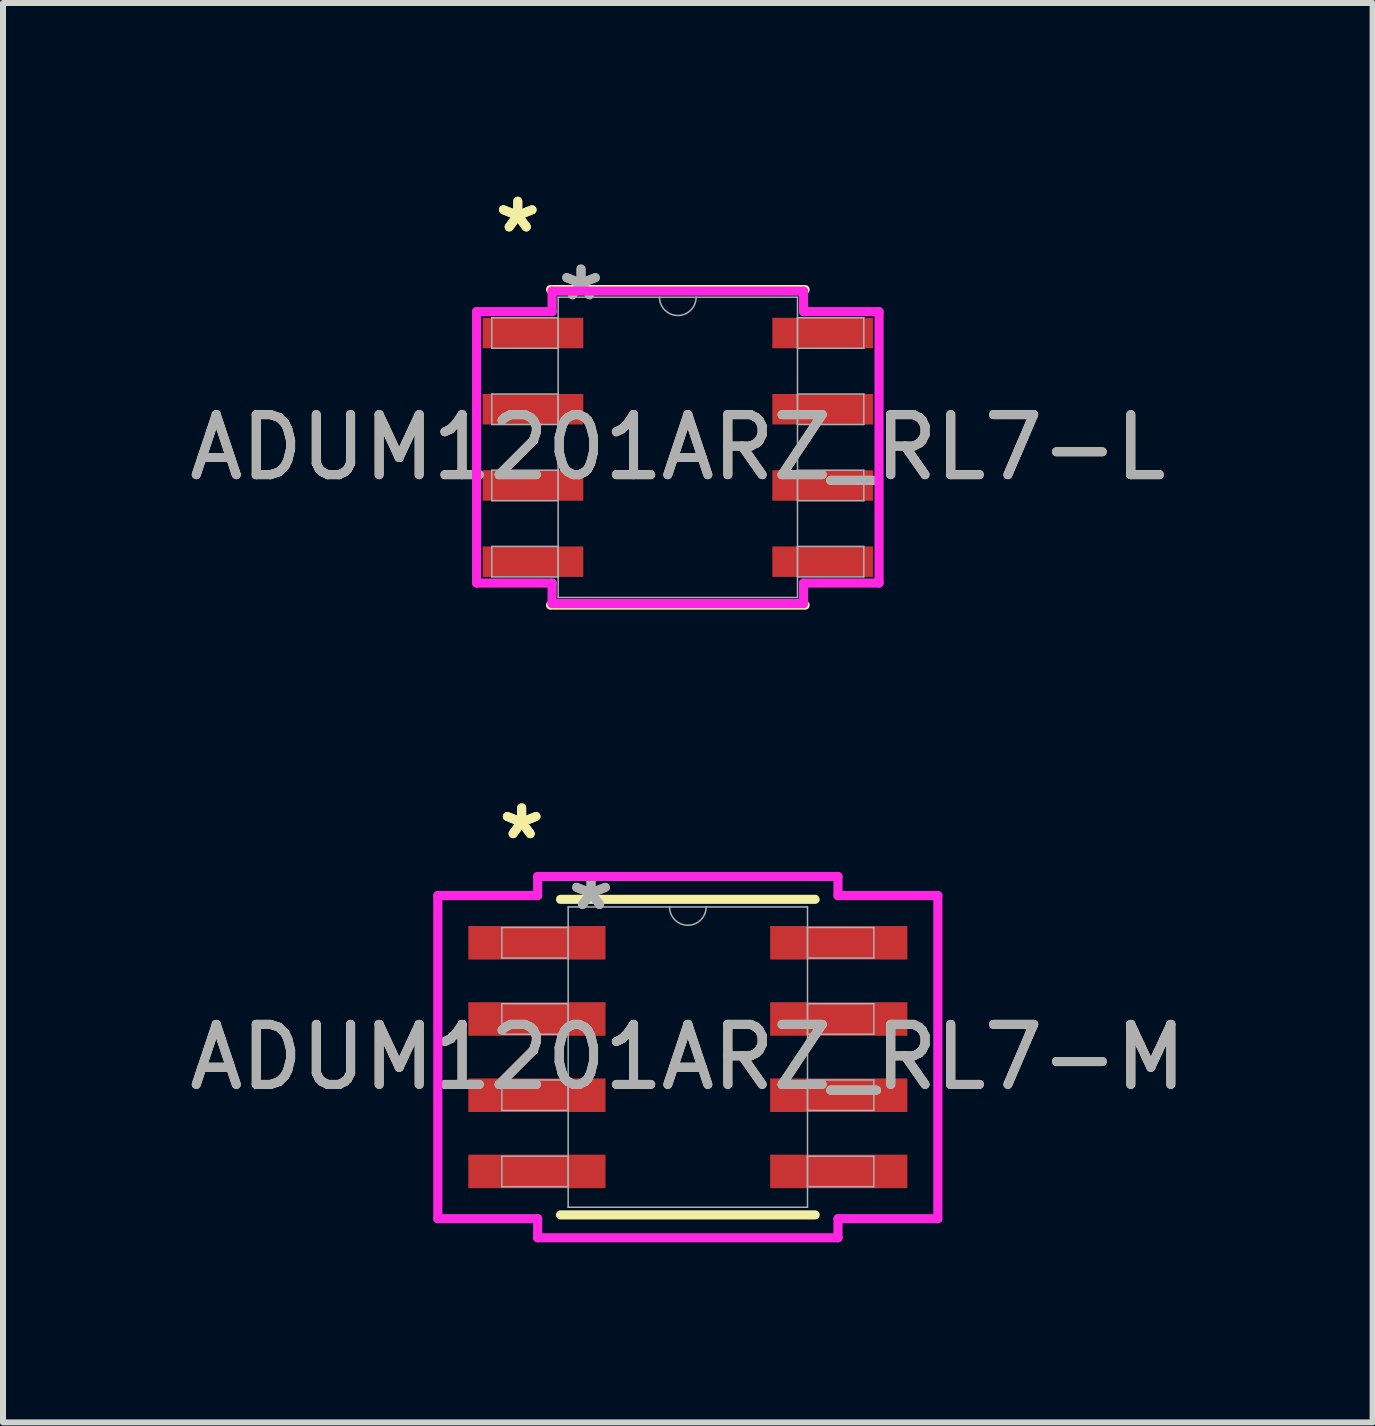
<source format=kicad_pcb>
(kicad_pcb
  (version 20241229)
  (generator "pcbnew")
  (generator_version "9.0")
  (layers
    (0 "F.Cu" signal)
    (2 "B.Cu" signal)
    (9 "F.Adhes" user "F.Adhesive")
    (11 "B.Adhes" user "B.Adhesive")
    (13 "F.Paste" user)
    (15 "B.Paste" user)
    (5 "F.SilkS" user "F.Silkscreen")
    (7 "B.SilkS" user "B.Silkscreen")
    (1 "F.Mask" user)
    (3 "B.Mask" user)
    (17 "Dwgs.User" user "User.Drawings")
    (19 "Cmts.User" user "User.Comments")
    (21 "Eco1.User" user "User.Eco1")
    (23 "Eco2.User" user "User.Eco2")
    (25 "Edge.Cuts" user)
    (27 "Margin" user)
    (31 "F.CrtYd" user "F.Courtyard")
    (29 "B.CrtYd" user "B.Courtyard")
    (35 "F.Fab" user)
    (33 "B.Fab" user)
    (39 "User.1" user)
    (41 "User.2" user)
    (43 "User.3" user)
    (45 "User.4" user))
  (footprint "ADUM1201ARZ_RL7-L"
    (layer "F.Cu")
    (at 8.244 4.404)
    (property "Reference" "ADUM1201ARZ_RL7-L" (at 0 0 0) (unlocked yes) (layer "F.SilkS") (effects (font (size 1 1) (thickness 0.15))))
    (attr smd)
    (fp_line (start -2.121 2.629) (end 2.121 2.629) (stroke (width 0.152) (type solid)) (layer "F.SilkS"))
    (fp_line (start 2.121 -2.629) (end -2.121 -2.629) (stroke (width 0.152) (type solid)) (layer "F.SilkS"))
    (fp_line (start -3.353 -2.261) (end -2.095 -2.261) (stroke (width 0.152) (type solid)) (layer "F.CrtYd"))
    (fp_line (start -3.353 2.261) (end -3.353 -2.261) (stroke (width 0.152) (type solid)) (layer "F.CrtYd"))
    (fp_line (start -3.353 2.261) (end -2.095 2.261) (stroke (width 0.152) (type solid)) (layer "F.CrtYd"))
    (fp_line (start -2.095 -2.603) (end 2.095 -2.603) (stroke (width 0.152) (type solid)) (layer "F.CrtYd"))
    (fp_line (start -2.095 -2.261) (end -2.095 -2.603) (stroke (width 0.152) (type solid)) (layer "F.CrtYd"))
    (fp_line (start -2.095 2.603) (end -2.095 2.261) (stroke (width 0.152) (type solid)) (layer "F.CrtYd"))
    (fp_line (start 2.095 -2.603) (end 2.095 -2.261) (stroke (width 0.152) (type solid)) (layer "F.CrtYd"))
    (fp_line (start 2.095 2.261) (end 2.095 2.603) (stroke (width 0.152) (type solid)) (layer "F.CrtYd"))
    (fp_line (start 2.095 2.603) (end -2.095 2.603) (stroke (width 0.152) (type solid)) (layer "F.CrtYd"))
    (fp_line (start 3.353 -2.261) (end 2.095 -2.261) (stroke (width 0.152) (type solid)) (layer "F.CrtYd"))
    (fp_line (start 3.353 -2.261) (end 3.353 2.261) (stroke (width 0.152) (type solid)) (layer "F.CrtYd"))
    (fp_line (start 3.353 2.261) (end 2.095 2.261) (stroke (width 0.152) (type solid)) (layer "F.CrtYd"))
    (fp_line (start -3.099 -2.159) (end -3.099 -1.651) (stroke (width 0.025) (type solid)) (layer "F.Fab"))
    (fp_line (start -3.099 -1.651) (end -1.994 -1.651) (stroke (width 0.025) (type solid)) (layer "F.Fab"))
    (fp_line (start -3.099 -0.889) (end -3.099 -0.381) (stroke (width 0.025) (type solid)) (layer "F.Fab"))
    (fp_line (start -3.099 -0.381) (end -1.994 -0.381) (stroke (width 0.025) (type solid)) (layer "F.Fab"))
    (fp_line (start -3.099 0.381) (end -3.099 0.889) (stroke (width 0.025) (type solid)) (layer "F.Fab"))
    (fp_line (start -3.099 0.889) (end -1.994 0.889) (stroke (width 0.025) (type solid)) (layer "F.Fab"))
    (fp_line (start -3.099 1.651) (end -3.099 2.159) (stroke (width 0.025) (type solid)) (layer "F.Fab"))
    (fp_line (start -3.099 2.159) (end -1.994 2.159) (stroke (width 0.025) (type solid)) (layer "F.Fab"))
    (fp_line (start -1.994 -2.502) (end -1.994 2.502) (stroke (width 0.025) (type solid)) (layer "F.Fab"))
    (fp_line (start -1.994 -2.159) (end -3.099 -2.159) (stroke (width 0.025) (type solid)) (layer "F.Fab"))
    (fp_line (start -1.994 -1.651) (end -1.994 -2.159) (stroke (width 0.025) (type solid)) (layer "F.Fab"))
    (fp_line (start -1.994 -0.889) (end -3.099 -0.889) (stroke (width 0.025) (type solid)) (layer "F.Fab"))
    (fp_line (start -1.994 -0.381) (end -1.994 -0.889) (stroke (width 0.025) (type solid)) (layer "F.Fab"))
    (fp_line (start -1.994 0.381) (end -3.099 0.381) (stroke (width 0.025) (type solid)) (layer "F.Fab"))
    (fp_line (start -1.994 0.889) (end -1.994 0.381) (stroke (width 0.025) (type solid)) (layer "F.Fab"))
    (fp_line (start -1.994 1.651) (end -3.099 1.651) (stroke (width 0.025) (type solid)) (layer "F.Fab"))
    (fp_line (start -1.994 2.159) (end -1.994 1.651) (stroke (width 0.025) (type solid)) (layer "F.Fab"))
    (fp_line (start -1.994 2.502) (end 1.994 2.502) (stroke (width 0.025) (type solid)) (layer "F.Fab"))
    (fp_line (start 1.994 -2.502) (end -1.994 -2.502) (stroke (width 0.025) (type solid)) (layer "F.Fab"))
    (fp_line (start 1.994 -2.159) (end 1.994 -1.651) (stroke (width 0.025) (type solid)) (layer "F.Fab"))
    (fp_line (start 1.994 -1.651) (end 3.099 -1.651) (stroke (width 0.025) (type solid)) (layer "F.Fab"))
    (fp_line (start 1.994 -0.889) (end 1.994 -0.381) (stroke (width 0.025) (type solid)) (layer "F.Fab"))
    (fp_line (start 1.994 -0.381) (end 3.099 -0.381) (stroke (width 0.025) (type solid)) (layer "F.Fab"))
    (fp_line (start 1.994 0.381) (end 1.994 0.889) (stroke (width 0.025) (type solid)) (layer "F.Fab"))
    (fp_line (start 1.994 0.889) (end 3.099 0.889) (stroke (width 0.025) (type solid)) (layer "F.Fab"))
    (fp_line (start 1.994 1.651) (end 1.994 2.159) (stroke (width 0.025) (type solid)) (layer "F.Fab"))
    (fp_line (start 1.994 2.159) (end 3.099 2.159) (stroke (width 0.025) (type solid)) (layer "F.Fab"))
    (fp_line (start 1.994 2.502) (end 1.994 -2.502) (stroke (width 0.025) (type solid)) (layer "F.Fab"))
    (fp_line (start 3.099 -2.159) (end 1.994 -2.159) (stroke (width 0.025) (type solid)) (layer "F.Fab"))
    (fp_line (start 3.099 -1.651) (end 3.099 -2.159) (stroke (width 0.025) (type solid)) (layer "F.Fab"))
    (fp_line (start 3.099 -0.889) (end 1.994 -0.889) (stroke (width 0.025) (type solid)) (layer "F.Fab"))
    (fp_line (start 3.099 -0.381) (end 3.099 -0.889) (stroke (width 0.025) (type solid)) (layer "F.Fab"))
    (fp_line (start 3.099 0.381) (end 1.994 0.381) (stroke (width 0.025) (type solid)) (layer "F.Fab"))
    (fp_line (start 3.099 0.889) (end 3.099 0.381) (stroke (width 0.025) (type solid)) (layer "F.Fab"))
    (fp_line (start 3.099 1.651) (end 1.994 1.651) (stroke (width 0.025) (type solid)) (layer "F.Fab"))
    (fp_line (start 3.099 2.159) (end 3.099 1.651) (stroke (width 0.025) (type solid)) (layer "F.Fab"))
    (fp_arc (start 0.3048 -2.5019) (mid 0 -2.1971) (end -0.3048 -2.5019) (stroke (width 0.0254) (type solid)) (layer "F.Fab"))
    (fp_text user "*" (at -2.667 -3.556 0) (layer "F.SilkS") (effects (font (size 1 1) (thickness 0.15))))
    (fp_text user "*" (at -2.667 -3.556 0) (unlocked yes) (layer "F.SilkS") (effects (font (size 1 1) (thickness 0.15))))
    (fp_text user "${REFERENCE}" (at 0 0 0) (unlocked yes) (layer "F.Fab") (effects (font (size 1 1) (thickness 0.15))))
    (fp_text user "*" (at -1.613 -2.426 0) (layer "F.Fab") (effects (font (size 1 1) (thickness 0.15))))
    (fp_text user "*" (at -1.613 -2.426 0) (unlocked yes) (layer "F.Fab") (effects (font (size 1 1) (thickness 0.15))))
    (pad "1" smd rect (at -2.413 -1.905) (size 1.676 0.508) (layers "F.Cu" "F.Mask" "F.Paste"))
    (pad "2" smd rect (at -2.413 -0.635) (size 1.676 0.508) (layers "F.Cu" "F.Mask" "F.Paste"))
    (pad "3" smd rect (at -2.413 0.635) (size 1.676 0.508) (layers "F.Cu" "F.Mask" "F.Paste"))
    (pad "4" smd rect (at -2.413 1.905) (size 1.676 0.508) (layers "F.Cu" "F.Mask" "F.Paste"))
    (pad "5" smd rect (at 2.413 1.905) (size 1.676 0.508) (layers "F.Cu" "F.Mask" "F.Paste"))
    (pad "6" smd rect (at 2.413 0.635) (size 1.676 0.508) (layers "F.Cu" "F.Mask" "F.Paste"))
    (pad "7" smd rect (at 2.413 -0.635) (size 1.676 0.508) (layers "F.Cu" "F.Mask" "F.Paste"))
    (pad "8" smd rect (at 2.413 -1.905) (size 1.676 0.508) (layers "F.Cu" "F.Mask" "F.Paste")))
  (footprint "ADUM1201ARZ_RL7-M"
    (layer "F.Cu")
    (at 8.411 14.564)
    (property "Reference" "ADUM1201ARZ_RL7-M" (at 0 0 0) (unlocked yes) (layer "F.SilkS") (effects (font (size 1 1) (thickness 0.15))))
    (attr smd)
    (fp_line (start -2.121 2.629) (end 2.121 2.629) (stroke (width 0.152) (type solid)) (layer "F.SilkS"))
    (fp_line (start 2.121 -2.629) (end -2.121 -2.629) (stroke (width 0.152) (type solid)) (layer "F.SilkS"))
    (fp_line (start -4.166 -2.692) (end -2.502 -2.692) (stroke (width 0.152) (type solid)) (layer "F.CrtYd"))
    (fp_line (start -4.166 2.692) (end -4.166 -2.692) (stroke (width 0.152) (type solid)) (layer "F.CrtYd"))
    (fp_line (start -4.166 2.692) (end -2.502 2.692) (stroke (width 0.152) (type solid)) (layer "F.CrtYd"))
    (fp_line (start -2.502 -3.01) (end 2.502 -3.01) (stroke (width 0.152) (type solid)) (layer "F.CrtYd"))
    (fp_line (start -2.502 -2.692) (end -2.502 -3.01) (stroke (width 0.152) (type solid)) (layer "F.CrtYd"))
    (fp_line (start -2.502 3.01) (end -2.502 2.692) (stroke (width 0.152) (type solid)) (layer "F.CrtYd"))
    (fp_line (start 2.502 -3.01) (end 2.502 -2.692) (stroke (width 0.152) (type solid)) (layer "F.CrtYd"))
    (fp_line (start 2.502 2.692) (end 2.502 3.01) (stroke (width 0.152) (type solid)) (layer "F.CrtYd"))
    (fp_line (start 2.502 3.01) (end -2.502 3.01) (stroke (width 0.152) (type solid)) (layer "F.CrtYd"))
    (fp_line (start 4.166 -2.692) (end 2.502 -2.692) (stroke (width 0.152) (type solid)) (layer "F.CrtYd"))
    (fp_line (start 4.166 -2.692) (end 4.166 2.692) (stroke (width 0.152) (type solid)) (layer "F.CrtYd"))
    (fp_line (start 4.166 2.692) (end 2.502 2.692) (stroke (width 0.152) (type solid)) (layer "F.CrtYd"))
    (fp_line (start -3.099 -2.159) (end -3.099 -1.651) (stroke (width 0.025) (type solid)) (layer "F.Fab"))
    (fp_line (start -3.099 -1.651) (end -1.994 -1.651) (stroke (width 0.025) (type solid)) (layer "F.Fab"))
    (fp_line (start -3.099 -0.889) (end -3.099 -0.381) (stroke (width 0.025) (type solid)) (layer "F.Fab"))
    (fp_line (start -3.099 -0.381) (end -1.994 -0.381) (stroke (width 0.025) (type solid)) (layer "F.Fab"))
    (fp_line (start -3.099 0.381) (end -3.099 0.889) (stroke (width 0.025) (type solid)) (layer "F.Fab"))
    (fp_line (start -3.099 0.889) (end -1.994 0.889) (stroke (width 0.025) (type solid)) (layer "F.Fab"))
    (fp_line (start -3.099 1.651) (end -3.099 2.159) (stroke (width 0.025) (type solid)) (layer "F.Fab"))
    (fp_line (start -3.099 2.159) (end -1.994 2.159) (stroke (width 0.025) (type solid)) (layer "F.Fab"))
    (fp_line (start -1.994 -2.502) (end -1.994 2.502) (stroke (width 0.025) (type solid)) (layer "F.Fab"))
    (fp_line (start -1.994 -2.159) (end -3.099 -2.159) (stroke (width 0.025) (type solid)) (layer "F.Fab"))
    (fp_line (start -1.994 -1.651) (end -1.994 -2.159) (stroke (width 0.025) (type solid)) (layer "F.Fab"))
    (fp_line (start -1.994 -0.889) (end -3.099 -0.889) (stroke (width 0.025) (type solid)) (layer "F.Fab"))
    (fp_line (start -1.994 -0.381) (end -1.994 -0.889) (stroke (width 0.025) (type solid)) (layer "F.Fab"))
    (fp_line (start -1.994 0.381) (end -3.099 0.381) (stroke (width 0.025) (type solid)) (layer "F.Fab"))
    (fp_line (start -1.994 0.889) (end -1.994 0.381) (stroke (width 0.025) (type solid)) (layer "F.Fab"))
    (fp_line (start -1.994 1.651) (end -3.099 1.651) (stroke (width 0.025) (type solid)) (layer "F.Fab"))
    (fp_line (start -1.994 2.159) (end -1.994 1.651) (stroke (width 0.025) (type solid)) (layer "F.Fab"))
    (fp_line (start -1.994 2.502) (end 1.994 2.502) (stroke (width 0.025) (type solid)) (layer "F.Fab"))
    (fp_line (start 1.994 -2.502) (end -1.994 -2.502) (stroke (width 0.025) (type solid)) (layer "F.Fab"))
    (fp_line (start 1.994 -2.159) (end 1.994 -1.651) (stroke (width 0.025) (type solid)) (layer "F.Fab"))
    (fp_line (start 1.994 -1.651) (end 3.099 -1.651) (stroke (width 0.025) (type solid)) (layer "F.Fab"))
    (fp_line (start 1.994 -0.889) (end 1.994 -0.381) (stroke (width 0.025) (type solid)) (layer "F.Fab"))
    (fp_line (start 1.994 -0.381) (end 3.099 -0.381) (stroke (width 0.025) (type solid)) (layer "F.Fab"))
    (fp_line (start 1.994 0.381) (end 1.994 0.889) (stroke (width 0.025) (type solid)) (layer "F.Fab"))
    (fp_line (start 1.994 0.889) (end 3.099 0.889) (stroke (width 0.025) (type solid)) (layer "F.Fab"))
    (fp_line (start 1.994 1.651) (end 1.994 2.159) (stroke (width 0.025) (type solid)) (layer "F.Fab"))
    (fp_line (start 1.994 2.159) (end 3.099 2.159) (stroke (width 0.025) (type solid)) (layer "F.Fab"))
    (fp_line (start 1.994 2.502) (end 1.994 -2.502) (stroke (width 0.025) (type solid)) (layer "F.Fab"))
    (fp_line (start 3.099 -2.159) (end 1.994 -2.159) (stroke (width 0.025) (type solid)) (layer "F.Fab"))
    (fp_line (start 3.099 -1.651) (end 3.099 -2.159) (stroke (width 0.025) (type solid)) (layer "F.Fab"))
    (fp_line (start 3.099 -0.889) (end 1.994 -0.889) (stroke (width 0.025) (type solid)) (layer "F.Fab"))
    (fp_line (start 3.099 -0.381) (end 3.099 -0.889) (stroke (width 0.025) (type solid)) (layer "F.Fab"))
    (fp_line (start 3.099 0.381) (end 1.994 0.381) (stroke (width 0.025) (type solid)) (layer "F.Fab"))
    (fp_line (start 3.099 0.889) (end 3.099 0.381) (stroke (width 0.025) (type solid)) (layer "F.Fab"))
    (fp_line (start 3.099 1.651) (end 1.994 1.651) (stroke (width 0.025) (type solid)) (layer "F.Fab"))
    (fp_line (start 3.099 2.159) (end 3.099 1.651) (stroke (width 0.025) (type solid)) (layer "F.Fab"))
    (fp_arc (start 0.3048 -2.5019) (mid 0 -2.1971) (end -0.3048 -2.5019) (stroke (width 0.0254) (type solid)) (layer "F.Fab"))
    (fp_text user "*" (at -2.769 -3.607 0) (layer "F.SilkS") (effects (font (size 1 1) (thickness 0.15))))
    (fp_text user "*" (at -2.769 -3.607 0) (unlocked yes) (layer "F.SilkS") (effects (font (size 1 1) (thickness 0.15))))
    (fp_text user "${REFERENCE}" (at 0 0 0) (unlocked yes) (layer "F.Fab") (effects (font (size 1 1) (thickness 0.15))))
    (fp_text user "*" (at -1.613 -2.426 0) (layer "F.Fab") (effects (font (size 1 1) (thickness 0.15))))
    (fp_text user "*" (at -1.613 -2.426 0) (unlocked yes) (layer "F.Fab") (effects (font (size 1 1) (thickness 0.15))))
    (pad "1" smd rect (at -2.515 -1.905) (size 2.286 0.559) (layers "F.Cu" "F.Mask" "F.Paste"))
    (pad "2" smd rect (at -2.515 -0.635) (size 2.286 0.559) (layers "F.Cu" "F.Mask" "F.Paste"))
    (pad "3" smd rect (at -2.515 0.635) (size 2.286 0.559) (layers "F.Cu" "F.Mask" "F.Paste"))
    (pad "4" smd rect (at -2.515 1.905) (size 2.286 0.559) (layers "F.Cu" "F.Mask" "F.Paste"))
    (pad "5" smd rect (at 2.515 1.905) (size 2.286 0.559) (layers "F.Cu" "F.Mask" "F.Paste"))
    (pad "6" smd rect (at 2.515 0.635) (size 2.286 0.559) (layers "F.Cu" "F.Mask" "F.Paste"))
    (pad "7" smd rect (at 2.515 -0.635) (size 2.286 0.559) (layers "F.Cu" "F.Mask" "F.Paste"))
    (pad "8" smd rect (at 2.515 -1.905) (size 2.286 0.559) (layers "F.Cu" "F.Mask" "F.Paste")))
  (gr_rect
    (start -3 -3)
    (end 19.821 20.651)
    (stroke (width 0.1) (type default))
    (fill no)
    (layer "Edge.Cuts")))
</source>
